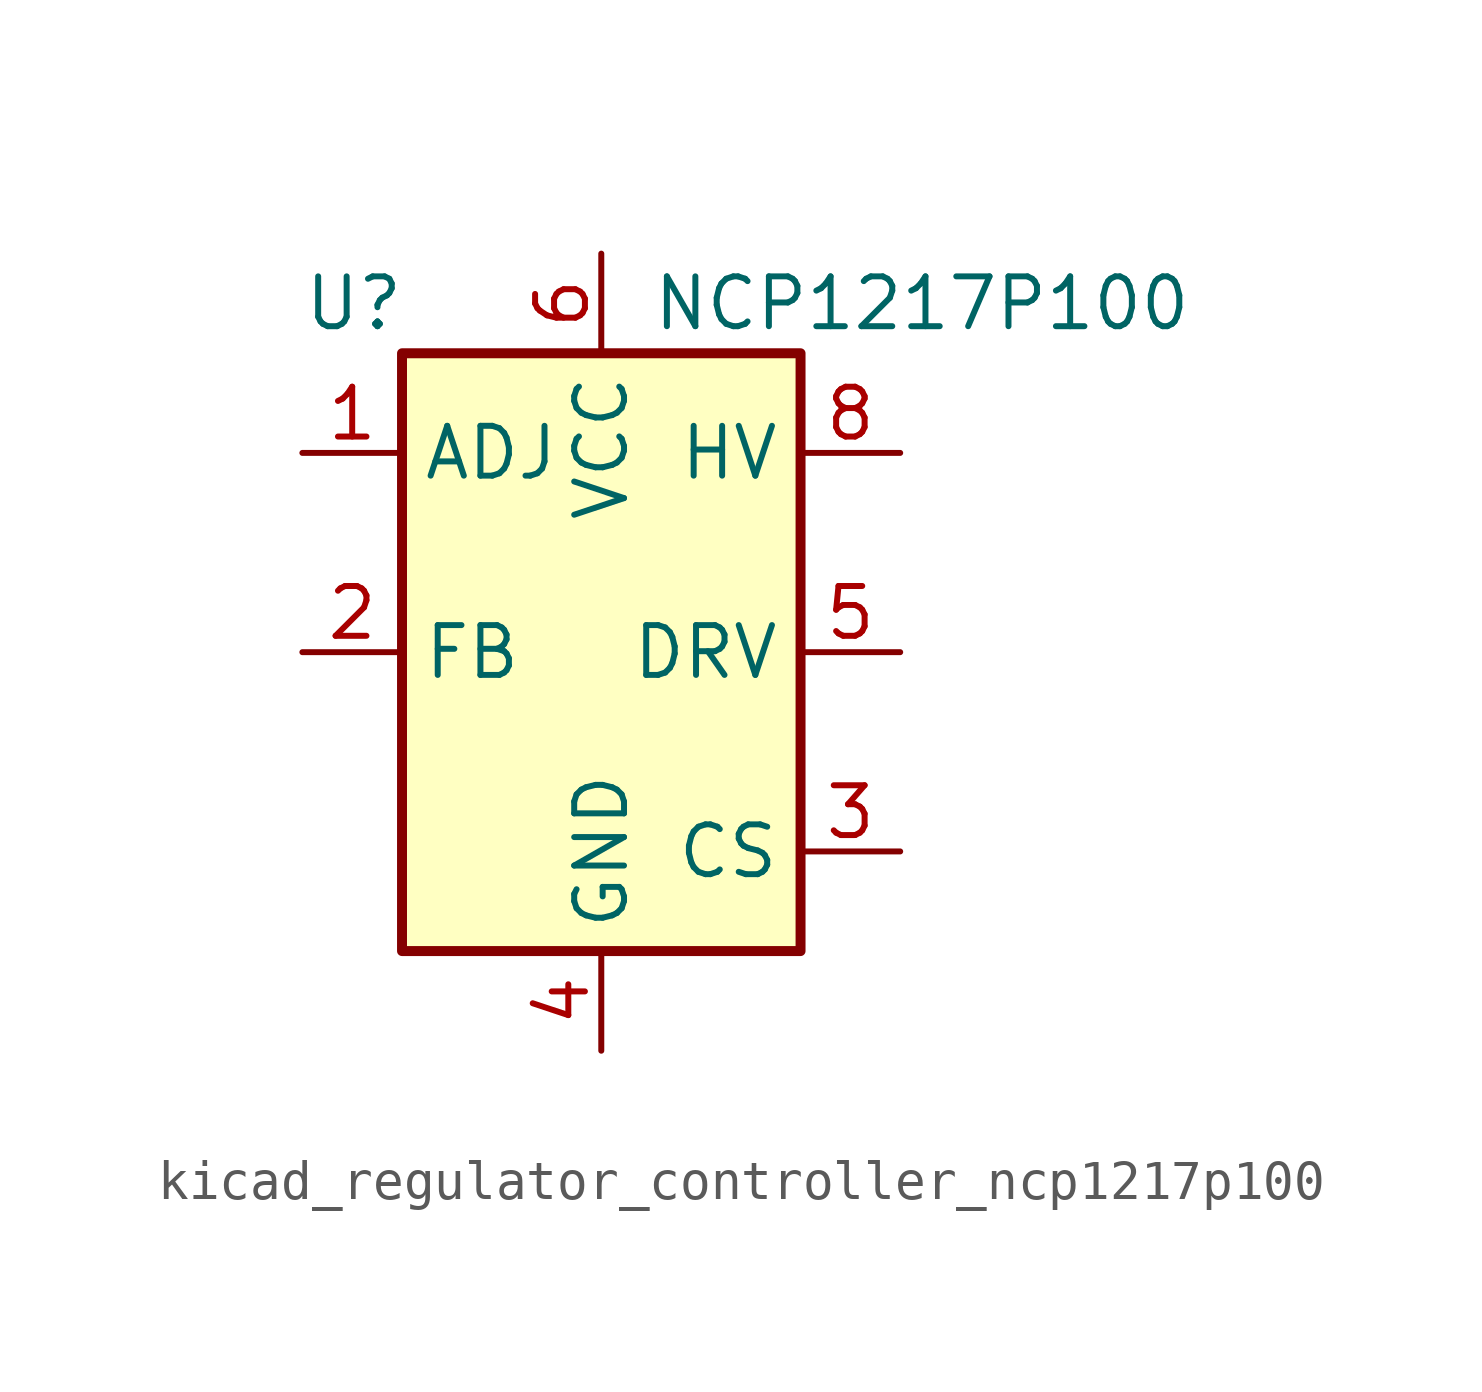
<source format=kicad_sym>
(kicad_symbol_lib
  (version 20220914)
  (generator kicad_symbol_editor)
  (symbol "kicad_regulator_controller_ncp1217p100"
    (property "Reference" "U"
      (at -7.62 8.89 0)
      (effects (font (size 1.27 1.27)) (justify left)))
    (property "Value" "NCP1217P100"
      (at 1.27 8.89 0)
      (effects (font (size 1.27 1.27)) (justify left)))
    (symbol "kicad_regulator_controller_ncp1217p100_0_0"
      (rectangle (start -5.08 7.62) (end 5.08 -7.62) (stroke (width 0.254) (type default)) (fill (type background))))
    (symbol "kicad_regulator_controller_ncp1217p100_1_1"
      (pin input line (at -7.62 5.08 0) (length 2.54) (name "ADJ" (effects (font (size 1.27 1.27)))) (number "1" (effects (font (size 1.27 1.27)))))
      (pin input line (at -7.62 0 0) (length 2.54) (name "FB" (effects (font (size 1.27 1.27)))) (number "2" (effects (font (size 1.27 1.27)))))
      (pin input line (at 7.62 -5.08 180) (length 2.54) (name "CS" (effects (font (size 1.27 1.27)))) (number "3" (effects (font (size 1.27 1.27)))))
      (pin power_in line (at 0 -10.16 90) (length 2.54) (name "GND" (effects (font (size 1.27 1.27)))) (number "4" (effects (font (size 1.27 1.27)))))
      (pin output line (at 7.62 0 180) (length 2.54) (name "DRV" (effects (font (size 1.27 1.27)))) (number "5" (effects (font (size 1.27 1.27)))))
      (pin power_in line (at 0 10.16 270) (length 2.54) (name "VCC" (effects (font (size 1.27 1.27)))) (number "6" (effects (font (size 1.27 1.27)))))
      (pin no_connect line (at -5.08 2.54 0) (length 2.54) hide (name "NC" (effects (font (size 1.27 1.27)))) (number "7" (effects (font (size 1.27 1.27)))))
      (pin input line (at 7.62 5.08 180) (length 2.54) (name "HV" (effects (font (size 1.27 1.27)))) (number "8" (effects (font (size 1.27 1.27))))))))
</source>
